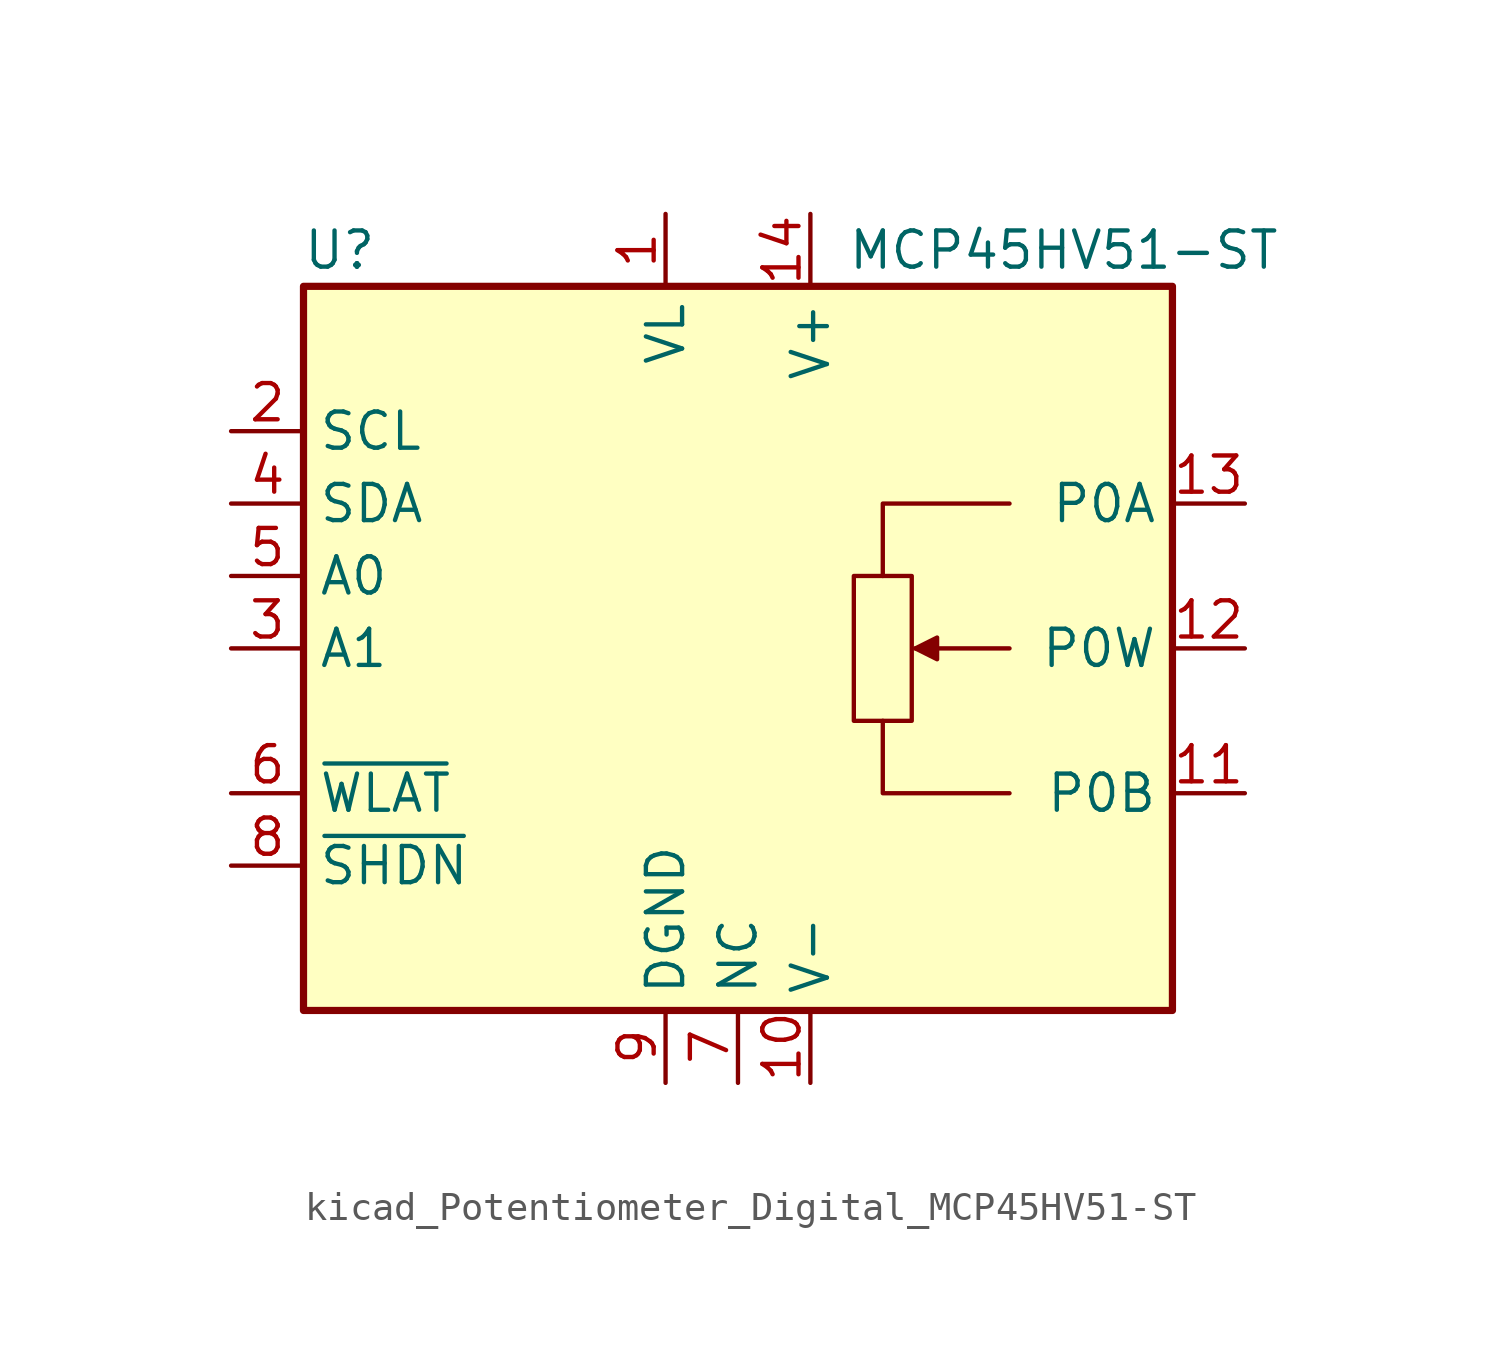
<source format=kicad_sym>
(kicad_symbol_lib
  (version 20220914)
  (generator kicad_symbol_editor)
  (symbol "kicad_Potentiometer_Digital_MCP45HV51-ST"
    (property "Reference" "U"
      (at -13.97 13.97 0)
      (effects (font (size 1.27 1.27))))
    (property "Value" "MCP45HV51-ST"
      (at 11.43 13.97 0)
      (effects (font (size 1.27 1.27))))
    (symbol "kicad_Potentiometer_Digital_MCP45HV51-ST_0_1"
      (polyline (pts (xy 9.525 0) (xy 6.223 0)) (stroke (width 0) (type default)) (fill (type none)))
      (polyline (pts (xy 5.08 -2.54) (xy 5.08 -5.08) (xy 9.525 -5.08)) (stroke (width 0) (type default)) (fill (type none)))
      (polyline (pts (xy 5.08 2.54) (xy 5.08 5.08) (xy 9.525 5.08)) (stroke (width 0) (type default)) (fill (type none)))
      (polyline (pts (xy 6.223 0) (xy 6.985 0.381) (xy 6.985 -0.381) (xy 6.223 0)) (stroke (width 0) (type default)) (fill (type outline)))
      (polyline (pts (xy 6.096 2.54) (xy 4.064 2.54) (xy 4.064 -2.54) (xy 6.096 -2.54) (xy 6.096 2.54)) (stroke (width 0) (type default)) (fill (type none))))
    (symbol "kicad_Potentiometer_Digital_MCP45HV51-ST_1_1"
      (rectangle (start -15.24 12.7) (end 15.24 -12.7) (stroke (width 0.254) (type default)) (fill (type background)))
      (pin power_in line (at -2.54 15.24 270) (length 2.54) (name "VL" (effects (font (size 1.27 1.27)))) (number "1" (effects (font (size 1.27 1.27)))))
      (pin power_in line (at 2.54 -15.24 90) (length 2.54) (name "V-" (effects (font (size 1.27 1.27)))) (number "10" (effects (font (size 1.27 1.27)))))
      (pin passive line (at 17.78 -5.08 180) (length 2.54) (name "P0B" (effects (font (size 1.27 1.27)))) (number "11" (effects (font (size 1.27 1.27)))))
      (pin passive line (at 17.78 0 180) (length 2.54) (name "P0W" (effects (font (size 1.27 1.27)))) (number "12" (effects (font (size 1.27 1.27)))))
      (pin passive line (at 17.78 5.08 180) (length 2.54) (name "P0A" (effects (font (size 1.27 1.27)))) (number "13" (effects (font (size 1.27 1.27)))))
      (pin power_in line (at 2.54 15.24 270) (length 2.54) (name "V+" (effects (font (size 1.27 1.27)))) (number "14" (effects (font (size 1.27 1.27)))))
      (pin input line (at -17.78 7.62 0) (length 2.54) (name "SCL" (effects (font (size 1.27 1.27)))) (number "2" (effects (font (size 1.27 1.27)))))
      (pin input line (at -17.78 0 0) (length 2.54) (name "A1" (effects (font (size 1.27 1.27)))) (number "3" (effects (font (size 1.27 1.27)))))
      (pin bidirectional line (at -17.78 5.08 0) (length 2.54) (name "SDA" (effects (font (size 1.27 1.27)))) (number "4" (effects (font (size 1.27 1.27)))))
      (pin input line (at -17.78 2.54 0) (length 2.54) (name "A0" (effects (font (size 1.27 1.27)))) (number "5" (effects (font (size 1.27 1.27)))))
      (pin input line (at -17.78 -5.08 0) (length 2.54) (name "~{WLAT}" (effects (font (size 1.27 1.27)))) (number "6" (effects (font (size 1.27 1.27)))))
      (pin passive line (at 0 -15.24 90) (length 2.54) (name "NC" (effects (font (size 1.27 1.27)))) (number "7" (effects (font (size 1.27 1.27)))))
      (pin input line (at -17.78 -7.62 0) (length 2.54) (name "~{SHDN}" (effects (font (size 1.27 1.27)))) (number "8" (effects (font (size 1.27 1.27)))))
      (pin power_in line (at -2.54 -15.24 90) (length 2.54) (name "DGND" (effects (font (size 1.27 1.27)))) (number "9" (effects (font (size 1.27 1.27))))))))
</source>
